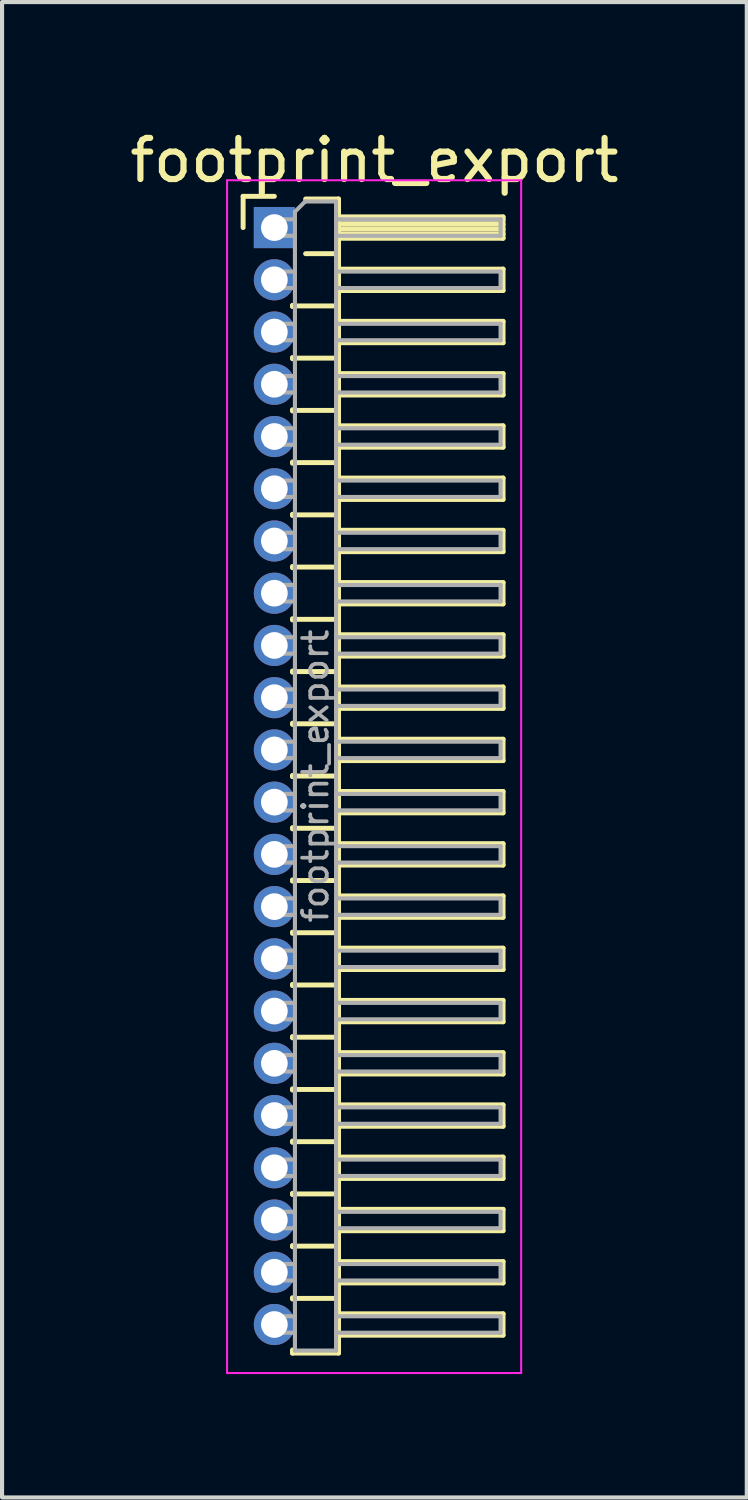
<source format=kicad_pcb>
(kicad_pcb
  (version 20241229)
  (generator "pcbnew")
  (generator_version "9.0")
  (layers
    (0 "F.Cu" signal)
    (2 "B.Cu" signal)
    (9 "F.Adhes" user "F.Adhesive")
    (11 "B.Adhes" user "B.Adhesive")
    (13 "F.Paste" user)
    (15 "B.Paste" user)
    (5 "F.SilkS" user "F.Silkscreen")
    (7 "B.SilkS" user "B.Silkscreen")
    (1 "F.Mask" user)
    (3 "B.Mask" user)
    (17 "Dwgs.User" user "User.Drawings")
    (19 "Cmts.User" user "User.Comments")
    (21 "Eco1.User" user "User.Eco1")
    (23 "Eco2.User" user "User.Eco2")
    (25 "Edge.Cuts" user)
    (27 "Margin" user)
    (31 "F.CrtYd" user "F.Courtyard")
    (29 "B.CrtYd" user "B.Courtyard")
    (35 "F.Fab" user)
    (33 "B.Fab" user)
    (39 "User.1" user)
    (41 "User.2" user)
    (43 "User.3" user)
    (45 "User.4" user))
  (footprint "footprint_export"
    (layer "F.Cu")
    (at 3.621 2.483)
    (property "Reference" "footprint_export" (at 2.433 -1.635 0) (layer "F.SilkS") (effects (font (size 1 1) (thickness 0.15))))
    (attr through_hole)
    (fp_line (start -0.76 -0.76) (end 0 -0.76) (stroke (width 0.12) (type solid)) (layer "F.SilkS"))
    (fp_line (start -0.76 0) (end -0.76 -0.76) (stroke (width 0.12) (type solid)) (layer "F.SilkS"))
    (fp_line (start 0.44 1.89) (end 0.44 1.92) (stroke (width 0.12) (type solid)) (layer "F.SilkS"))
    (fp_line (start 0.44 1.905) (end 1.56 1.905) (stroke (width 0.12) (type solid)) (layer "F.SilkS"))
    (fp_line (start 0.44 3.16) (end 0.44 3.19) (stroke (width 0.12) (type solid)) (layer "F.SilkS"))
    (fp_line (start 0.44 3.175) (end 1.56 3.175) (stroke (width 0.12) (type solid)) (layer "F.SilkS"))
    (fp_line (start 0.44 4.43) (end 0.44 4.46) (stroke (width 0.12) (type solid)) (layer "F.SilkS"))
    (fp_line (start 0.44 4.445) (end 1.56 4.445) (stroke (width 0.12) (type solid)) (layer "F.SilkS"))
    (fp_line (start 0.44 5.7) (end 0.44 5.73) (stroke (width 0.12) (type solid)) (layer "F.SilkS"))
    (fp_line (start 0.44 5.715) (end 1.56 5.715) (stroke (width 0.12) (type solid)) (layer "F.SilkS"))
    (fp_line (start 0.44 6.97) (end 0.44 7) (stroke (width 0.12) (type solid)) (layer "F.SilkS"))
    (fp_line (start 0.44 6.985) (end 1.56 6.985) (stroke (width 0.12) (type solid)) (layer "F.SilkS"))
    (fp_line (start 0.44 8.24) (end 0.44 8.27) (stroke (width 0.12) (type solid)) (layer "F.SilkS"))
    (fp_line (start 0.44 8.255) (end 1.56 8.255) (stroke (width 0.12) (type solid)) (layer "F.SilkS"))
    (fp_line (start 0.44 9.51) (end 0.44 9.54) (stroke (width 0.12) (type solid)) (layer "F.SilkS"))
    (fp_line (start 0.44 9.525) (end 1.56 9.525) (stroke (width 0.12) (type solid)) (layer "F.SilkS"))
    (fp_line (start 0.44 10.78) (end 0.44 10.81) (stroke (width 0.12) (type solid)) (layer "F.SilkS"))
    (fp_line (start 0.44 10.795) (end 1.56 10.795) (stroke (width 0.12) (type solid)) (layer "F.SilkS"))
    (fp_line (start 0.44 12.05) (end 0.44 12.08) (stroke (width 0.12) (type solid)) (layer "F.SilkS"))
    (fp_line (start 0.44 12.065) (end 1.56 12.065) (stroke (width 0.12) (type solid)) (layer "F.SilkS"))
    (fp_line (start 0.44 13.32) (end 0.44 13.35) (stroke (width 0.12) (type solid)) (layer "F.SilkS"))
    (fp_line (start 0.44 13.335) (end 1.56 13.335) (stroke (width 0.12) (type solid)) (layer "F.SilkS"))
    (fp_line (start 0.44 14.59) (end 0.44 14.62) (stroke (width 0.12) (type solid)) (layer "F.SilkS"))
    (fp_line (start 0.44 14.605) (end 1.56 14.605) (stroke (width 0.12) (type solid)) (layer "F.SilkS"))
    (fp_line (start 0.44 15.86) (end 0.44 15.89) (stroke (width 0.12) (type solid)) (layer "F.SilkS"))
    (fp_line (start 0.44 15.875) (end 1.56 15.875) (stroke (width 0.12) (type solid)) (layer "F.SilkS"))
    (fp_line (start 0.44 17.13) (end 0.44 17.16) (stroke (width 0.12) (type solid)) (layer "F.SilkS"))
    (fp_line (start 0.44 17.145) (end 1.56 17.145) (stroke (width 0.12) (type solid)) (layer "F.SilkS"))
    (fp_line (start 0.44 18.4) (end 0.44 18.43) (stroke (width 0.12) (type solid)) (layer "F.SilkS"))
    (fp_line (start 0.44 18.415) (end 1.56 18.415) (stroke (width 0.12) (type solid)) (layer "F.SilkS"))
    (fp_line (start 0.44 19.67) (end 0.44 19.7) (stroke (width 0.12) (type solid)) (layer "F.SilkS"))
    (fp_line (start 0.44 19.685) (end 1.56 19.685) (stroke (width 0.12) (type solid)) (layer "F.SilkS"))
    (fp_line (start 0.44 20.94) (end 0.44 20.97) (stroke (width 0.12) (type solid)) (layer "F.SilkS"))
    (fp_line (start 0.44 20.955) (end 1.56 20.955) (stroke (width 0.12) (type solid)) (layer "F.SilkS"))
    (fp_line (start 0.44 22.21) (end 0.44 22.24) (stroke (width 0.12) (type solid)) (layer "F.SilkS"))
    (fp_line (start 0.44 22.225) (end 1.56 22.225) (stroke (width 0.12) (type solid)) (layer "F.SilkS"))
    (fp_line (start 0.44 23.48) (end 0.44 23.51) (stroke (width 0.12) (type solid)) (layer "F.SilkS"))
    (fp_line (start 0.44 23.495) (end 1.56 23.495) (stroke (width 0.12) (type solid)) (layer "F.SilkS"))
    (fp_line (start 0.44 24.75) (end 0.44 24.78) (stroke (width 0.12) (type solid)) (layer "F.SilkS"))
    (fp_line (start 0.44 24.765) (end 1.56 24.765) (stroke (width 0.12) (type solid)) (layer "F.SilkS"))
    (fp_line (start 0.44 26.02) (end 0.44 26.05) (stroke (width 0.12) (type solid)) (layer "F.SilkS"))
    (fp_line (start 0.44 26.035) (end 1.56 26.035) (stroke (width 0.12) (type solid)) (layer "F.SilkS"))
    (fp_line (start 0.44 27.365) (end 0.44 27.29) (stroke (width 0.12) (type solid)) (layer "F.SilkS"))
    (fp_line (start 0.76 -0.695) (end 1.56 -0.695) (stroke (width 0.12) (type solid)) (layer "F.SilkS"))
    (fp_line (start 0.76 0.635) (end 1.56 0.635) (stroke (width 0.12) (type solid)) (layer "F.SilkS"))
    (fp_line (start 1.56 -0.695) (end 1.56 27.365) (stroke (width 0.12) (type solid)) (layer "F.SilkS"))
    (fp_line (start 1.56 -0.26) (end 5.56 -0.26) (stroke (width 0.12) (type solid)) (layer "F.SilkS"))
    (fp_line (start 1.56 -0.2) (end 5.56 -0.2) (stroke (width 0.12) (type solid)) (layer "F.SilkS"))
    (fp_line (start 1.56 -0.08) (end 5.56 -0.08) (stroke (width 0.12) (type solid)) (layer "F.SilkS"))
    (fp_line (start 1.56 0.04) (end 5.56 0.04) (stroke (width 0.12) (type solid)) (layer "F.SilkS"))
    (fp_line (start 1.56 0.16) (end 5.56 0.16) (stroke (width 0.12) (type solid)) (layer "F.SilkS"))
    (fp_line (start 1.56 1.01) (end 5.56 1.01) (stroke (width 0.12) (type solid)) (layer "F.SilkS"))
    (fp_line (start 1.56 2.28) (end 5.56 2.28) (stroke (width 0.12) (type solid)) (layer "F.SilkS"))
    (fp_line (start 1.56 3.55) (end 5.56 3.55) (stroke (width 0.12) (type solid)) (layer "F.SilkS"))
    (fp_line (start 1.56 4.82) (end 5.56 4.82) (stroke (width 0.12) (type solid)) (layer "F.SilkS"))
    (fp_line (start 1.56 6.09) (end 5.56 6.09) (stroke (width 0.12) (type solid)) (layer "F.SilkS"))
    (fp_line (start 1.56 7.36) (end 5.56 7.36) (stroke (width 0.12) (type solid)) (layer "F.SilkS"))
    (fp_line (start 1.56 8.63) (end 5.56 8.63) (stroke (width 0.12) (type solid)) (layer "F.SilkS"))
    (fp_line (start 1.56 9.9) (end 5.56 9.9) (stroke (width 0.12) (type solid)) (layer "F.SilkS"))
    (fp_line (start 1.56 11.17) (end 5.56 11.17) (stroke (width 0.12) (type solid)) (layer "F.SilkS"))
    (fp_line (start 1.56 12.44) (end 5.56 12.44) (stroke (width 0.12) (type solid)) (layer "F.SilkS"))
    (fp_line (start 1.56 13.71) (end 5.56 13.71) (stroke (width 0.12) (type solid)) (layer "F.SilkS"))
    (fp_line (start 1.56 14.98) (end 5.56 14.98) (stroke (width 0.12) (type solid)) (layer "F.SilkS"))
    (fp_line (start 1.56 16.25) (end 5.56 16.25) (stroke (width 0.12) (type solid)) (layer "F.SilkS"))
    (fp_line (start 1.56 17.52) (end 5.56 17.52) (stroke (width 0.12) (type solid)) (layer "F.SilkS"))
    (fp_line (start 1.56 18.79) (end 5.56 18.79) (stroke (width 0.12) (type solid)) (layer "F.SilkS"))
    (fp_line (start 1.56 20.06) (end 5.56 20.06) (stroke (width 0.12) (type solid)) (layer "F.SilkS"))
    (fp_line (start 1.56 21.33) (end 5.56 21.33) (stroke (width 0.12) (type solid)) (layer "F.SilkS"))
    (fp_line (start 1.56 22.6) (end 5.56 22.6) (stroke (width 0.12) (type solid)) (layer "F.SilkS"))
    (fp_line (start 1.56 23.87) (end 5.56 23.87) (stroke (width 0.12) (type solid)) (layer "F.SilkS"))
    (fp_line (start 1.56 25.14) (end 5.56 25.14) (stroke (width 0.12) (type solid)) (layer "F.SilkS"))
    (fp_line (start 1.56 26.41) (end 5.56 26.41) (stroke (width 0.12) (type solid)) (layer "F.SilkS"))
    (fp_line (start 1.56 27.365) (end 0.44 27.365) (stroke (width 0.12) (type solid)) (layer "F.SilkS"))
    (fp_line (start 5.56 -0.26) (end 5.56 0.26) (stroke (width 0.12) (type solid)) (layer "F.SilkS"))
    (fp_line (start 5.56 0.26) (end 1.56 0.26) (stroke (width 0.12) (type solid)) (layer "F.SilkS"))
    (fp_line (start 5.56 1.01) (end 5.56 1.53) (stroke (width 0.12) (type solid)) (layer "F.SilkS"))
    (fp_line (start 5.56 1.53) (end 1.56 1.53) (stroke (width 0.12) (type solid)) (layer "F.SilkS"))
    (fp_line (start 5.56 2.28) (end 5.56 2.8) (stroke (width 0.12) (type solid)) (layer "F.SilkS"))
    (fp_line (start 5.56 2.8) (end 1.56 2.8) (stroke (width 0.12) (type solid)) (layer "F.SilkS"))
    (fp_line (start 5.56 3.55) (end 5.56 4.07) (stroke (width 0.12) (type solid)) (layer "F.SilkS"))
    (fp_line (start 5.56 4.07) (end 1.56 4.07) (stroke (width 0.12) (type solid)) (layer "F.SilkS"))
    (fp_line (start 5.56 4.82) (end 5.56 5.34) (stroke (width 0.12) (type solid)) (layer "F.SilkS"))
    (fp_line (start 5.56 5.34) (end 1.56 5.34) (stroke (width 0.12) (type solid)) (layer "F.SilkS"))
    (fp_line (start 5.56 6.09) (end 5.56 6.61) (stroke (width 0.12) (type solid)) (layer "F.SilkS"))
    (fp_line (start 5.56 6.61) (end 1.56 6.61) (stroke (width 0.12) (type solid)) (layer "F.SilkS"))
    (fp_line (start 5.56 7.36) (end 5.56 7.88) (stroke (width 0.12) (type solid)) (layer "F.SilkS"))
    (fp_line (start 5.56 7.88) (end 1.56 7.88) (stroke (width 0.12) (type solid)) (layer "F.SilkS"))
    (fp_line (start 5.56 8.63) (end 5.56 9.15) (stroke (width 0.12) (type solid)) (layer "F.SilkS"))
    (fp_line (start 5.56 9.15) (end 1.56 9.15) (stroke (width 0.12) (type solid)) (layer "F.SilkS"))
    (fp_line (start 5.56 9.9) (end 5.56 10.42) (stroke (width 0.12) (type solid)) (layer "F.SilkS"))
    (fp_line (start 5.56 10.42) (end 1.56 10.42) (stroke (width 0.12) (type solid)) (layer "F.SilkS"))
    (fp_line (start 5.56 11.17) (end 5.56 11.69) (stroke (width 0.12) (type solid)) (layer "F.SilkS"))
    (fp_line (start 5.56 11.69) (end 1.56 11.69) (stroke (width 0.12) (type solid)) (layer "F.SilkS"))
    (fp_line (start 5.56 12.44) (end 5.56 12.96) (stroke (width 0.12) (type solid)) (layer "F.SilkS"))
    (fp_line (start 5.56 12.96) (end 1.56 12.96) (stroke (width 0.12) (type solid)) (layer "F.SilkS"))
    (fp_line (start 5.56 13.71) (end 5.56 14.23) (stroke (width 0.12) (type solid)) (layer "F.SilkS"))
    (fp_line (start 5.56 14.23) (end 1.56 14.23) (stroke (width 0.12) (type solid)) (layer "F.SilkS"))
    (fp_line (start 5.56 14.98) (end 5.56 15.5) (stroke (width 0.12) (type solid)) (layer "F.SilkS"))
    (fp_line (start 5.56 15.5) (end 1.56 15.5) (stroke (width 0.12) (type solid)) (layer "F.SilkS"))
    (fp_line (start 5.56 16.25) (end 5.56 16.77) (stroke (width 0.12) (type solid)) (layer "F.SilkS"))
    (fp_line (start 5.56 16.77) (end 1.56 16.77) (stroke (width 0.12) (type solid)) (layer "F.SilkS"))
    (fp_line (start 5.56 17.52) (end 5.56 18.04) (stroke (width 0.12) (type solid)) (layer "F.SilkS"))
    (fp_line (start 5.56 18.04) (end 1.56 18.04) (stroke (width 0.12) (type solid)) (layer "F.SilkS"))
    (fp_line (start 5.56 18.79) (end 5.56 19.31) (stroke (width 0.12) (type solid)) (layer "F.SilkS"))
    (fp_line (start 5.56 19.31) (end 1.56 19.31) (stroke (width 0.12) (type solid)) (layer "F.SilkS"))
    (fp_line (start 5.56 20.06) (end 5.56 20.58) (stroke (width 0.12) (type solid)) (layer "F.SilkS"))
    (fp_line (start 5.56 20.58) (end 1.56 20.58) (stroke (width 0.12) (type solid)) (layer "F.SilkS"))
    (fp_line (start 5.56 21.33) (end 5.56 21.85) (stroke (width 0.12) (type solid)) (layer "F.SilkS"))
    (fp_line (start 5.56 21.85) (end 1.56 21.85) (stroke (width 0.12) (type solid)) (layer "F.SilkS"))
    (fp_line (start 5.56 22.6) (end 5.56 23.12) (stroke (width 0.12) (type solid)) (layer "F.SilkS"))
    (fp_line (start 5.56 23.12) (end 1.56 23.12) (stroke (width 0.12) (type solid)) (layer "F.SilkS"))
    (fp_line (start 5.56 23.87) (end 5.56 24.39) (stroke (width 0.12) (type solid)) (layer "F.SilkS"))
    (fp_line (start 5.56 24.39) (end 1.56 24.39) (stroke (width 0.12) (type solid)) (layer "F.SilkS"))
    (fp_line (start 5.56 25.14) (end 5.56 25.66) (stroke (width 0.12) (type solid)) (layer "F.SilkS"))
    (fp_line (start 5.56 25.66) (end 1.56 25.66) (stroke (width 0.12) (type solid)) (layer "F.SilkS"))
    (fp_line (start 5.56 26.41) (end 5.56 26.93) (stroke (width 0.12) (type solid)) (layer "F.SilkS"))
    (fp_line (start 5.56 26.93) (end 1.56 26.93) (stroke (width 0.12) (type solid)) (layer "F.SilkS"))
    (fp_line (start -1.15 -1.15) (end -1.15 27.85) (stroke (width 0.05) (type solid)) (layer "F.CrtYd"))
    (fp_line (start -1.15 27.85) (end 6 27.85) (stroke (width 0.05) (type solid)) (layer "F.CrtYd"))
    (fp_line (start 6 -1.15) (end -1.15 -1.15) (stroke (width 0.05) (type solid)) (layer "F.CrtYd"))
    (fp_line (start 6 27.85) (end 6 -1.15) (stroke (width 0.05) (type solid)) (layer "F.CrtYd"))
    (fp_line (start -0.2 -0.2) (end -0.2 0.2) (stroke (width 0.1) (type solid)) (layer "F.Fab"))
    (fp_line (start -0.2 -0.2) (end 0.5 -0.2) (stroke (width 0.1) (type solid)) (layer "F.Fab"))
    (fp_line (start -0.2 0.2) (end 0.5 0.2) (stroke (width 0.1) (type solid)) (layer "F.Fab"))
    (fp_line (start -0.2 1.07) (end -0.2 1.47) (stroke (width 0.1) (type solid)) (layer "F.Fab"))
    (fp_line (start -0.2 1.07) (end 0.5 1.07) (stroke (width 0.1) (type solid)) (layer "F.Fab"))
    (fp_line (start -0.2 1.47) (end 0.5 1.47) (stroke (width 0.1) (type solid)) (layer "F.Fab"))
    (fp_line (start -0.2 2.34) (end -0.2 2.74) (stroke (width 0.1) (type solid)) (layer "F.Fab"))
    (fp_line (start -0.2 2.34) (end 0.5 2.34) (stroke (width 0.1) (type solid)) (layer "F.Fab"))
    (fp_line (start -0.2 2.74) (end 0.5 2.74) (stroke (width 0.1) (type solid)) (layer "F.Fab"))
    (fp_line (start -0.2 3.61) (end -0.2 4.01) (stroke (width 0.1) (type solid)) (layer "F.Fab"))
    (fp_line (start -0.2 3.61) (end 0.5 3.61) (stroke (width 0.1) (type solid)) (layer "F.Fab"))
    (fp_line (start -0.2 4.01) (end 0.5 4.01) (stroke (width 0.1) (type solid)) (layer "F.Fab"))
    (fp_line (start -0.2 4.88) (end -0.2 5.28) (stroke (width 0.1) (type solid)) (layer "F.Fab"))
    (fp_line (start -0.2 4.88) (end 0.5 4.88) (stroke (width 0.1) (type solid)) (layer "F.Fab"))
    (fp_line (start -0.2 5.28) (end 0.5 5.28) (stroke (width 0.1) (type solid)) (layer "F.Fab"))
    (fp_line (start -0.2 6.15) (end -0.2 6.55) (stroke (width 0.1) (type solid)) (layer "F.Fab"))
    (fp_line (start -0.2 6.15) (end 0.5 6.15) (stroke (width 0.1) (type solid)) (layer "F.Fab"))
    (fp_line (start -0.2 6.55) (end 0.5 6.55) (stroke (width 0.1) (type solid)) (layer "F.Fab"))
    (fp_line (start -0.2 7.42) (end -0.2 7.82) (stroke (width 0.1) (type solid)) (layer "F.Fab"))
    (fp_line (start -0.2 7.42) (end 0.5 7.42) (stroke (width 0.1) (type solid)) (layer "F.Fab"))
    (fp_line (start -0.2 7.82) (end 0.5 7.82) (stroke (width 0.1) (type solid)) (layer "F.Fab"))
    (fp_line (start -0.2 8.69) (end -0.2 9.09) (stroke (width 0.1) (type solid)) (layer "F.Fab"))
    (fp_line (start -0.2 8.69) (end 0.5 8.69) (stroke (width 0.1) (type solid)) (layer "F.Fab"))
    (fp_line (start -0.2 9.09) (end 0.5 9.09) (stroke (width 0.1) (type solid)) (layer "F.Fab"))
    (fp_line (start -0.2 9.96) (end -0.2 10.36) (stroke (width 0.1) (type solid)) (layer "F.Fab"))
    (fp_line (start -0.2 9.96) (end 0.5 9.96) (stroke (width 0.1) (type solid)) (layer "F.Fab"))
    (fp_line (start -0.2 10.36) (end 0.5 10.36) (stroke (width 0.1) (type solid)) (layer "F.Fab"))
    (fp_line (start -0.2 11.23) (end -0.2 11.63) (stroke (width 0.1) (type solid)) (layer "F.Fab"))
    (fp_line (start -0.2 11.23) (end 0.5 11.23) (stroke (width 0.1) (type solid)) (layer "F.Fab"))
    (fp_line (start -0.2 11.63) (end 0.5 11.63) (stroke (width 0.1) (type solid)) (layer "F.Fab"))
    (fp_line (start -0.2 12.5) (end -0.2 12.9) (stroke (width 0.1) (type solid)) (layer "F.Fab"))
    (fp_line (start -0.2 12.5) (end 0.5 12.5) (stroke (width 0.1) (type solid)) (layer "F.Fab"))
    (fp_line (start -0.2 12.9) (end 0.5 12.9) (stroke (width 0.1) (type solid)) (layer "F.Fab"))
    (fp_line (start -0.2 13.77) (end -0.2 14.17) (stroke (width 0.1) (type solid)) (layer "F.Fab"))
    (fp_line (start -0.2 13.77) (end 0.5 13.77) (stroke (width 0.1) (type solid)) (layer "F.Fab"))
    (fp_line (start -0.2 14.17) (end 0.5 14.17) (stroke (width 0.1) (type solid)) (layer "F.Fab"))
    (fp_line (start -0.2 15.04) (end -0.2 15.44) (stroke (width 0.1) (type solid)) (layer "F.Fab"))
    (fp_line (start -0.2 15.04) (end 0.5 15.04) (stroke (width 0.1) (type solid)) (layer "F.Fab"))
    (fp_line (start -0.2 15.44) (end 0.5 15.44) (stroke (width 0.1) (type solid)) (layer "F.Fab"))
    (fp_line (start -0.2 16.31) (end -0.2 16.71) (stroke (width 0.1) (type solid)) (layer "F.Fab"))
    (fp_line (start -0.2 16.31) (end 0.5 16.31) (stroke (width 0.1) (type solid)) (layer "F.Fab"))
    (fp_line (start -0.2 16.71) (end 0.5 16.71) (stroke (width 0.1) (type solid)) (layer "F.Fab"))
    (fp_line (start -0.2 17.58) (end -0.2 17.98) (stroke (width 0.1) (type solid)) (layer "F.Fab"))
    (fp_line (start -0.2 17.58) (end 0.5 17.58) (stroke (width 0.1) (type solid)) (layer "F.Fab"))
    (fp_line (start -0.2 17.98) (end 0.5 17.98) (stroke (width 0.1) (type solid)) (layer "F.Fab"))
    (fp_line (start -0.2 18.85) (end -0.2 19.25) (stroke (width 0.1) (type solid)) (layer "F.Fab"))
    (fp_line (start -0.2 18.85) (end 0.5 18.85) (stroke (width 0.1) (type solid)) (layer "F.Fab"))
    (fp_line (start -0.2 19.25) (end 0.5 19.25) (stroke (width 0.1) (type solid)) (layer "F.Fab"))
    (fp_line (start -0.2 20.12) (end -0.2 20.52) (stroke (width 0.1) (type solid)) (layer "F.Fab"))
    (fp_line (start -0.2 20.12) (end 0.5 20.12) (stroke (width 0.1) (type solid)) (layer "F.Fab"))
    (fp_line (start -0.2 20.52) (end 0.5 20.52) (stroke (width 0.1) (type solid)) (layer "F.Fab"))
    (fp_line (start -0.2 21.39) (end -0.2 21.79) (stroke (width 0.1) (type solid)) (layer "F.Fab"))
    (fp_line (start -0.2 21.39) (end 0.5 21.39) (stroke (width 0.1) (type solid)) (layer "F.Fab"))
    (fp_line (start -0.2 21.79) (end 0.5 21.79) (stroke (width 0.1) (type solid)) (layer "F.Fab"))
    (fp_line (start -0.2 22.66) (end -0.2 23.06) (stroke (width 0.1) (type solid)) (layer "F.Fab"))
    (fp_line (start -0.2 22.66) (end 0.5 22.66) (stroke (width 0.1) (type solid)) (layer "F.Fab"))
    (fp_line (start -0.2 23.06) (end 0.5 23.06) (stroke (width 0.1) (type solid)) (layer "F.Fab"))
    (fp_line (start -0.2 23.93) (end -0.2 24.33) (stroke (width 0.1) (type solid)) (layer "F.Fab"))
    (fp_line (start -0.2 23.93) (end 0.5 23.93) (stroke (width 0.1) (type solid)) (layer "F.Fab"))
    (fp_line (start -0.2 24.33) (end 0.5 24.33) (stroke (width 0.1) (type solid)) (layer "F.Fab"))
    (fp_line (start -0.2 25.2) (end -0.2 25.6) (stroke (width 0.1) (type solid)) (layer "F.Fab"))
    (fp_line (start -0.2 25.2) (end 0.5 25.2) (stroke (width 0.1) (type solid)) (layer "F.Fab"))
    (fp_line (start -0.2 25.6) (end 0.5 25.6) (stroke (width 0.1) (type solid)) (layer "F.Fab"))
    (fp_line (start -0.2 26.47) (end -0.2 26.87) (stroke (width 0.1) (type solid)) (layer "F.Fab"))
    (fp_line (start -0.2 26.47) (end 0.5 26.47) (stroke (width 0.1) (type solid)) (layer "F.Fab"))
    (fp_line (start -0.2 26.87) (end 0.5 26.87) (stroke (width 0.1) (type solid)) (layer "F.Fab"))
    (fp_line (start 0.5 -0.385) (end 0.75 -0.635) (stroke (width 0.1) (type solid)) (layer "F.Fab"))
    (fp_line (start 0.5 27.305) (end 0.5 -0.385) (stroke (width 0.1) (type solid)) (layer "F.Fab"))
    (fp_line (start 0.75 -0.635) (end 1.5 -0.635) (stroke (width 0.1) (type solid)) (layer "F.Fab"))
    (fp_line (start 1.5 -0.635) (end 1.5 27.305) (stroke (width 0.1) (type solid)) (layer "F.Fab"))
    (fp_line (start 1.5 -0.2) (end 5.5 -0.2) (stroke (width 0.1) (type solid)) (layer "F.Fab"))
    (fp_line (start 1.5 0.2) (end 5.5 0.2) (stroke (width 0.1) (type solid)) (layer "F.Fab"))
    (fp_line (start 1.5 1.07) (end 5.5 1.07) (stroke (width 0.1) (type solid)) (layer "F.Fab"))
    (fp_line (start 1.5 1.47) (end 5.5 1.47) (stroke (width 0.1) (type solid)) (layer "F.Fab"))
    (fp_line (start 1.5 2.34) (end 5.5 2.34) (stroke (width 0.1) (type solid)) (layer "F.Fab"))
    (fp_line (start 1.5 2.74) (end 5.5 2.74) (stroke (width 0.1) (type solid)) (layer "F.Fab"))
    (fp_line (start 1.5 3.61) (end 5.5 3.61) (stroke (width 0.1) (type solid)) (layer "F.Fab"))
    (fp_line (start 1.5 4.01) (end 5.5 4.01) (stroke (width 0.1) (type solid)) (layer "F.Fab"))
    (fp_line (start 1.5 4.88) (end 5.5 4.88) (stroke (width 0.1) (type solid)) (layer "F.Fab"))
    (fp_line (start 1.5 5.28) (end 5.5 5.28) (stroke (width 0.1) (type solid)) (layer "F.Fab"))
    (fp_line (start 1.5 6.15) (end 5.5 6.15) (stroke (width 0.1) (type solid)) (layer "F.Fab"))
    (fp_line (start 1.5 6.55) (end 5.5 6.55) (stroke (width 0.1) (type solid)) (layer "F.Fab"))
    (fp_line (start 1.5 7.42) (end 5.5 7.42) (stroke (width 0.1) (type solid)) (layer "F.Fab"))
    (fp_line (start 1.5 7.82) (end 5.5 7.82) (stroke (width 0.1) (type solid)) (layer "F.Fab"))
    (fp_line (start 1.5 8.69) (end 5.5 8.69) (stroke (width 0.1) (type solid)) (layer "F.Fab"))
    (fp_line (start 1.5 9.09) (end 5.5 9.09) (stroke (width 0.1) (type solid)) (layer "F.Fab"))
    (fp_line (start 1.5 9.96) (end 5.5 9.96) (stroke (width 0.1) (type solid)) (layer "F.Fab"))
    (fp_line (start 1.5 10.36) (end 5.5 10.36) (stroke (width 0.1) (type solid)) (layer "F.Fab"))
    (fp_line (start 1.5 11.23) (end 5.5 11.23) (stroke (width 0.1) (type solid)) (layer "F.Fab"))
    (fp_line (start 1.5 11.63) (end 5.5 11.63) (stroke (width 0.1) (type solid)) (layer "F.Fab"))
    (fp_line (start 1.5 12.5) (end 5.5 12.5) (stroke (width 0.1) (type solid)) (layer "F.Fab"))
    (fp_line (start 1.5 12.9) (end 5.5 12.9) (stroke (width 0.1) (type solid)) (layer "F.Fab"))
    (fp_line (start 1.5 13.77) (end 5.5 13.77) (stroke (width 0.1) (type solid)) (layer "F.Fab"))
    (fp_line (start 1.5 14.17) (end 5.5 14.17) (stroke (width 0.1) (type solid)) (layer "F.Fab"))
    (fp_line (start 1.5 15.04) (end 5.5 15.04) (stroke (width 0.1) (type solid)) (layer "F.Fab"))
    (fp_line (start 1.5 15.44) (end 5.5 15.44) (stroke (width 0.1) (type solid)) (layer "F.Fab"))
    (fp_line (start 1.5 16.31) (end 5.5 16.31) (stroke (width 0.1) (type solid)) (layer "F.Fab"))
    (fp_line (start 1.5 16.71) (end 5.5 16.71) (stroke (width 0.1) (type solid)) (layer "F.Fab"))
    (fp_line (start 1.5 17.58) (end 5.5 17.58) (stroke (width 0.1) (type solid)) (layer "F.Fab"))
    (fp_line (start 1.5 17.98) (end 5.5 17.98) (stroke (width 0.1) (type solid)) (layer "F.Fab"))
    (fp_line (start 1.5 18.85) (end 5.5 18.85) (stroke (width 0.1) (type solid)) (layer "F.Fab"))
    (fp_line (start 1.5 19.25) (end 5.5 19.25) (stroke (width 0.1) (type solid)) (layer "F.Fab"))
    (fp_line (start 1.5 20.12) (end 5.5 20.12) (stroke (width 0.1) (type solid)) (layer "F.Fab"))
    (fp_line (start 1.5 20.52) (end 5.5 20.52) (stroke (width 0.1) (type solid)) (layer "F.Fab"))
    (fp_line (start 1.5 21.39) (end 5.5 21.39) (stroke (width 0.1) (type solid)) (layer "F.Fab"))
    (fp_line (start 1.5 21.79) (end 5.5 21.79) (stroke (width 0.1) (type solid)) (layer "F.Fab"))
    (fp_line (start 1.5 22.66) (end 5.5 22.66) (stroke (width 0.1) (type solid)) (layer "F.Fab"))
    (fp_line (start 1.5 23.06) (end 5.5 23.06) (stroke (width 0.1) (type solid)) (layer "F.Fab"))
    (fp_line (start 1.5 23.93) (end 5.5 23.93) (stroke (width 0.1) (type solid)) (layer "F.Fab"))
    (fp_line (start 1.5 24.33) (end 5.5 24.33) (stroke (width 0.1) (type solid)) (layer "F.Fab"))
    (fp_line (start 1.5 25.2) (end 5.5 25.2) (stroke (width 0.1) (type solid)) (layer "F.Fab"))
    (fp_line (start 1.5 25.6) (end 5.5 25.6) (stroke (width 0.1) (type solid)) (layer "F.Fab"))
    (fp_line (start 1.5 26.47) (end 5.5 26.47) (stroke (width 0.1) (type solid)) (layer "F.Fab"))
    (fp_line (start 1.5 26.87) (end 5.5 26.87) (stroke (width 0.1) (type solid)) (layer "F.Fab"))
    (fp_line (start 1.5 27.305) (end 0.5 27.305) (stroke (width 0.1) (type solid)) (layer "F.Fab"))
    (fp_line (start 5.5 -0.2) (end 5.5 0.2) (stroke (width 0.1) (type solid)) (layer "F.Fab"))
    (fp_line (start 5.5 1.07) (end 5.5 1.47) (stroke (width 0.1) (type solid)) (layer "F.Fab"))
    (fp_line (start 5.5 2.34) (end 5.5 2.74) (stroke (width 0.1) (type solid)) (layer "F.Fab"))
    (fp_line (start 5.5 3.61) (end 5.5 4.01) (stroke (width 0.1) (type solid)) (layer "F.Fab"))
    (fp_line (start 5.5 4.88) (end 5.5 5.28) (stroke (width 0.1) (type solid)) (layer "F.Fab"))
    (fp_line (start 5.5 6.15) (end 5.5 6.55) (stroke (width 0.1) (type solid)) (layer "F.Fab"))
    (fp_line (start 5.5 7.42) (end 5.5 7.82) (stroke (width 0.1) (type solid)) (layer "F.Fab"))
    (fp_line (start 5.5 8.69) (end 5.5 9.09) (stroke (width 0.1) (type solid)) (layer "F.Fab"))
    (fp_line (start 5.5 9.96) (end 5.5 10.36) (stroke (width 0.1) (type solid)) (layer "F.Fab"))
    (fp_line (start 5.5 11.23) (end 5.5 11.63) (stroke (width 0.1) (type solid)) (layer "F.Fab"))
    (fp_line (start 5.5 12.5) (end 5.5 12.9) (stroke (width 0.1) (type solid)) (layer "F.Fab"))
    (fp_line (start 5.5 13.77) (end 5.5 14.17) (stroke (width 0.1) (type solid)) (layer "F.Fab"))
    (fp_line (start 5.5 15.04) (end 5.5 15.44) (stroke (width 0.1) (type solid)) (layer "F.Fab"))
    (fp_line (start 5.5 16.31) (end 5.5 16.71) (stroke (width 0.1) (type solid)) (layer "F.Fab"))
    (fp_line (start 5.5 17.58) (end 5.5 17.98) (stroke (width 0.1) (type solid)) (layer "F.Fab"))
    (fp_line (start 5.5 18.85) (end 5.5 19.25) (stroke (width 0.1) (type solid)) (layer "F.Fab"))
    (fp_line (start 5.5 20.12) (end 5.5 20.52) (stroke (width 0.1) (type solid)) (layer "F.Fab"))
    (fp_line (start 5.5 21.39) (end 5.5 21.79) (stroke (width 0.1) (type solid)) (layer "F.Fab"))
    (fp_line (start 5.5 22.66) (end 5.5 23.06) (stroke (width 0.1) (type solid)) (layer "F.Fab"))
    (fp_line (start 5.5 23.93) (end 5.5 24.33) (stroke (width 0.1) (type solid)) (layer "F.Fab"))
    (fp_line (start 5.5 25.2) (end 5.5 25.6) (stroke (width 0.1) (type solid)) (layer "F.Fab"))
    (fp_line (start 5.5 26.47) (end 5.5 26.87) (stroke (width 0.1) (type solid)) (layer "F.Fab"))
    (fp_text user "${REFERENCE}" (at 1 13.335 90) (layer "F.Fab") (effects (font (size 0.6 0.6) (thickness 0.09))))
    (pad "1" thru_hole rect (at 0 0) (size 1 1) (drill 0.65) (layers "*.Cu" "*.Mask"))
    (pad "2" thru_hole oval (at 0 1.27) (size 1 1) (drill 0.65) (layers "*.Cu" "*.Mask"))
    (pad "3" thru_hole oval (at 0 2.54) (size 1 1) (drill 0.65) (layers "*.Cu" "*.Mask"))
    (pad "4" thru_hole oval (at 0 3.81) (size 1 1) (drill 0.65) (layers "*.Cu" "*.Mask"))
    (pad "5" thru_hole oval (at 0 5.08) (size 1 1) (drill 0.65) (layers "*.Cu" "*.Mask"))
    (pad "6" thru_hole oval (at 0 6.35) (size 1 1) (drill 0.65) (layers "*.Cu" "*.Mask"))
    (pad "7" thru_hole oval (at 0 7.62) (size 1 1) (drill 0.65) (layers "*.Cu" "*.Mask"))
    (pad "8" thru_hole oval (at 0 8.89) (size 1 1) (drill 0.65) (layers "*.Cu" "*.Mask"))
    (pad "9" thru_hole oval (at 0 10.16) (size 1 1) (drill 0.65) (layers "*.Cu" "*.Mask"))
    (pad "10" thru_hole oval (at 0 11.43) (size 1 1) (drill 0.65) (layers "*.Cu" "*.Mask"))
    (pad "11" thru_hole oval (at 0 12.7) (size 1 1) (drill 0.65) (layers "*.Cu" "*.Mask"))
    (pad "12" thru_hole oval (at 0 13.97) (size 1 1) (drill 0.65) (layers "*.Cu" "*.Mask"))
    (pad "13" thru_hole oval (at 0 15.24) (size 1 1) (drill 0.65) (layers "*.Cu" "*.Mask"))
    (pad "14" thru_hole oval (at 0 16.51) (size 1 1) (drill 0.65) (layers "*.Cu" "*.Mask"))
    (pad "15" thru_hole oval (at 0 17.78) (size 1 1) (drill 0.65) (layers "*.Cu" "*.Mask"))
    (pad "16" thru_hole oval (at 0 19.05) (size 1 1) (drill 0.65) (layers "*.Cu" "*.Mask"))
    (pad "17" thru_hole oval (at 0 20.32) (size 1 1) (drill 0.65) (layers "*.Cu" "*.Mask"))
    (pad "18" thru_hole oval (at 0 21.59) (size 1 1) (drill 0.65) (layers "*.Cu" "*.Mask"))
    (pad "19" thru_hole oval (at 0 22.86) (size 1 1) (drill 0.65) (layers "*.Cu" "*.Mask"))
    (pad "20" thru_hole oval (at 0 24.13) (size 1 1) (drill 0.65) (layers "*.Cu" "*.Mask"))
    (pad "21" thru_hole oval (at 0 25.4) (size 1 1) (drill 0.65) (layers "*.Cu" "*.Mask"))
    (pad "22" thru_hole oval (at 0 26.67) (size 1 1) (drill 0.65) (layers "*.Cu" "*.Mask")))
  (gr_rect
    (start -3 -3)
    (end 15.107 33.358)
    (stroke (width 0.1) (type default))
    (fill no)
    (layer "Edge.Cuts")))
</source>
